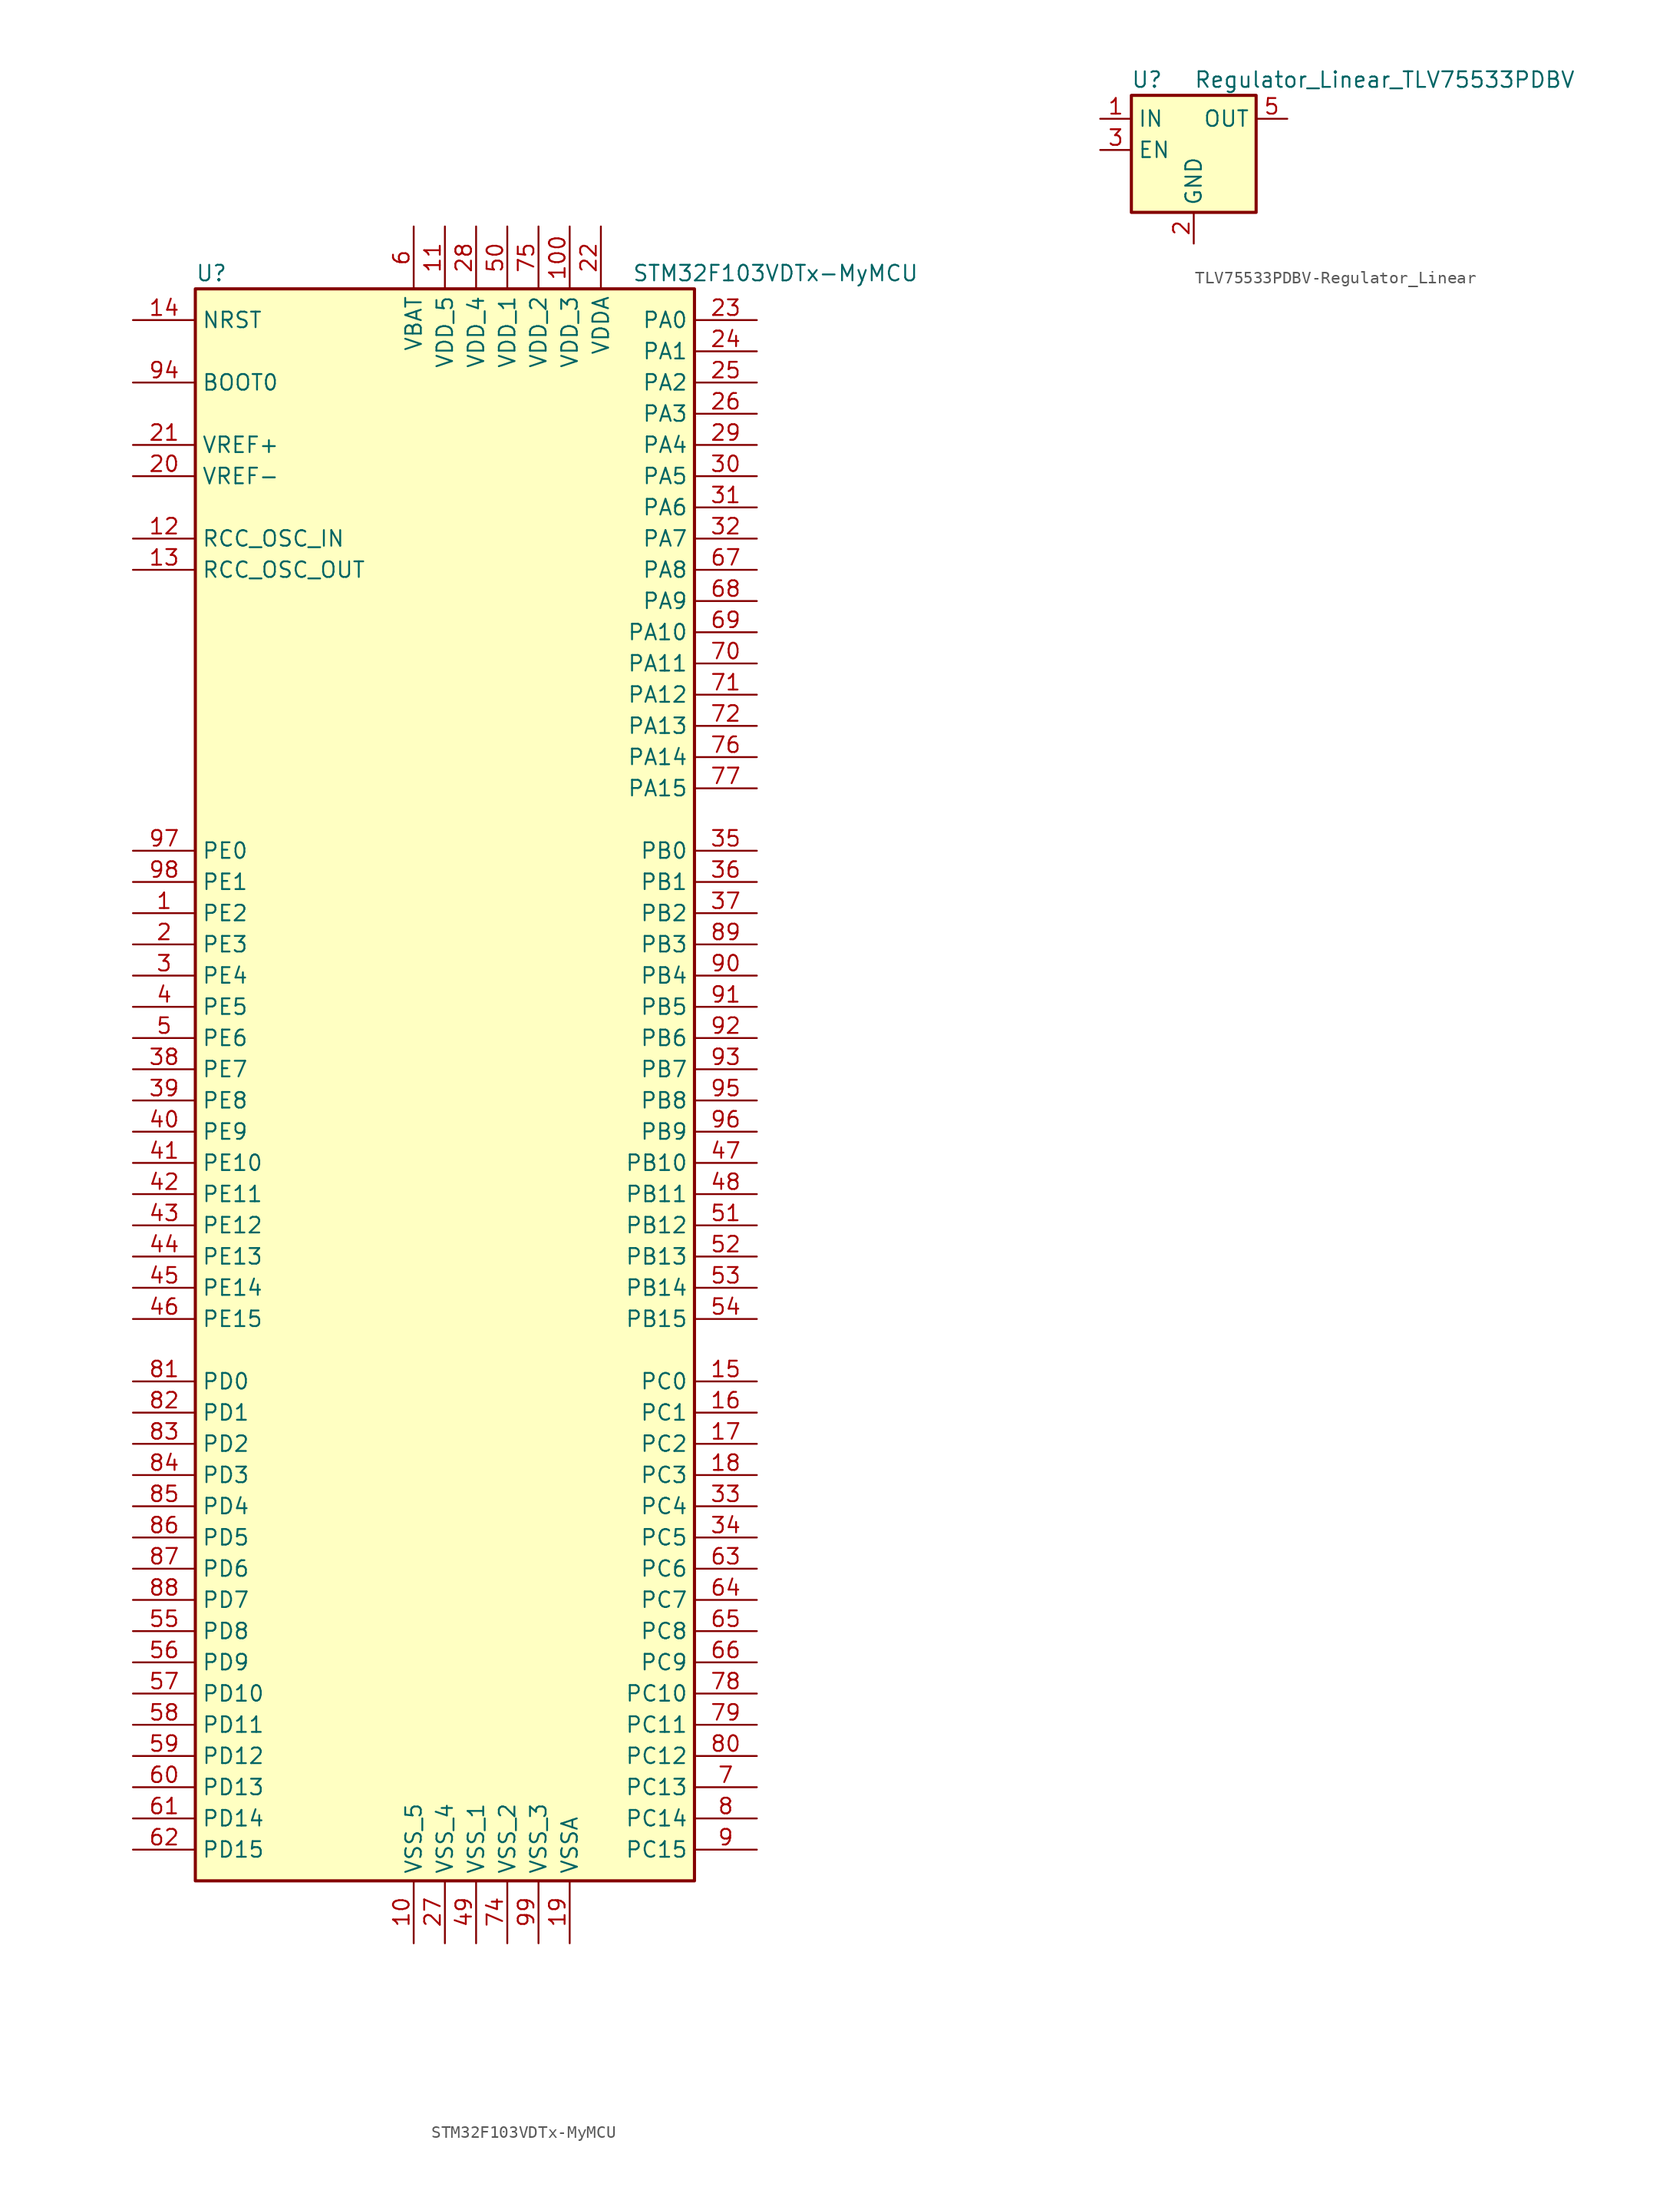
<source format=kicad_sym>
(kicad_symbol_lib
  (version 20220914)
  (generator kicad_symbol_editor)
  (symbol "STM32F103VDTx-MyMCU"
    (property "Reference" "U"
      (at -20.32 64.77 0)
      (effects (font (size 1.27 1.27)) (justify left)))
    (property "Value" "STM32F103VDTx-MyMCU"
      (at 15.24 64.77 0)
      (effects (font (size 1.27 1.27)) (justify left)))
    (symbol "STM32F103VDTx-MyMCU_0_1"
      (rectangle (start -20.32 -66.04) (end 20.32 63.5) (stroke (width 0.254) (type solid)) (fill (type background))))
    (symbol "STM32F103VDTx-MyMCU_1_1"
      (pin bidirectional line (at -25.4 12.7 0) (length 5.08) (name "PE2" (effects (font (size 1.27 1.27)))) (number "1" (effects (font (size 1.27 1.27)))))
      (pin power_in line (at -2.54 -71.12 90) (length 5.08) (name "VSS_5" (effects (font (size 1.27 1.27)))) (number "10" (effects (font (size 1.27 1.27)))))
      (pin power_in line (at 10.16 68.58 270) (length 5.08) (name "VDD_3" (effects (font (size 1.27 1.27)))) (number "100" (effects (font (size 1.27 1.27)))))
      (pin power_in line (at 0 68.58 270) (length 5.08) (name "VDD_5" (effects (font (size 1.27 1.27)))) (number "11" (effects (font (size 1.27 1.27)))))
      (pin input line (at -25.4 43.18 0) (length 5.08) (name "RCC_OSC_IN" (effects (font (size 1.27 1.27)))) (number "12" (effects (font (size 1.27 1.27)))))
      (pin input line (at -25.4 40.64 0) (length 5.08) (name "RCC_OSC_OUT" (effects (font (size 1.27 1.27)))) (number "13" (effects (font (size 1.27 1.27)))))
      (pin input line (at -25.4 60.96 0) (length 5.08) (name "NRST" (effects (font (size 1.27 1.27)))) (number "14" (effects (font (size 1.27 1.27)))))
      (pin bidirectional line (at 25.4 -25.4 180) (length 5.08) (name "PC0" (effects (font (size 1.27 1.27)))) (number "15" (effects (font (size 1.27 1.27)))))
      (pin bidirectional line (at 25.4 -27.94 180) (length 5.08) (name "PC1" (effects (font (size 1.27 1.27)))) (number "16" (effects (font (size 1.27 1.27)))))
      (pin bidirectional line (at 25.4 -30.48 180) (length 5.08) (name "PC2" (effects (font (size 1.27 1.27)))) (number "17" (effects (font (size 1.27 1.27)))))
      (pin bidirectional line (at 25.4 -33.02 180) (length 5.08) (name "PC3" (effects (font (size 1.27 1.27)))) (number "18" (effects (font (size 1.27 1.27)))))
      (pin power_in line (at 10.16 -71.12 90) (length 5.08) (name "VSSA" (effects (font (size 1.27 1.27)))) (number "19" (effects (font (size 1.27 1.27)))))
      (pin bidirectional line (at -25.4 10.16 0) (length 5.08) (name "PE3" (effects (font (size 1.27 1.27)))) (number "2" (effects (font (size 1.27 1.27)))))
      (pin power_in line (at -25.4 48.26 0) (length 5.08) (name "VREF-" (effects (font (size 1.27 1.27)))) (number "20" (effects (font (size 1.27 1.27)))))
      (pin power_in line (at -25.4 50.8 0) (length 5.08) (name "VREF+" (effects (font (size 1.27 1.27)))) (number "21" (effects (font (size 1.27 1.27)))))
      (pin power_in line (at 12.7 68.58 270) (length 5.08) (name "VDDA" (effects (font (size 1.27 1.27)))) (number "22" (effects (font (size 1.27 1.27)))))
      (pin bidirectional line (at 25.4 60.96 180) (length 5.08) (name "PA0" (effects (font (size 1.27 1.27)))) (number "23" (effects (font (size 1.27 1.27)))))
      (pin bidirectional line (at 25.4 58.42 180) (length 5.08) (name "PA1" (effects (font (size 1.27 1.27)))) (number "24" (effects (font (size 1.27 1.27)))))
      (pin bidirectional line (at 25.4 55.88 180) (length 5.08) (name "PA2" (effects (font (size 1.27 1.27)))) (number "25" (effects (font (size 1.27 1.27)))))
      (pin bidirectional line (at 25.4 53.34 180) (length 5.08) (name "PA3" (effects (font (size 1.27 1.27)))) (number "26" (effects (font (size 1.27 1.27)))))
      (pin power_in line (at 0 -71.12 90) (length 5.08) (name "VSS_4" (effects (font (size 1.27 1.27)))) (number "27" (effects (font (size 1.27 1.27)))))
      (pin power_in line (at 2.54 68.58 270) (length 5.08) (name "VDD_4" (effects (font (size 1.27 1.27)))) (number "28" (effects (font (size 1.27 1.27)))))
      (pin bidirectional line (at 25.4 50.8 180) (length 5.08) (name "PA4" (effects (font (size 1.27 1.27)))) (number "29" (effects (font (size 1.27 1.27)))))
      (pin bidirectional line (at -25.4 7.62 0) (length 5.08) (name "PE4" (effects (font (size 1.27 1.27)))) (number "3" (effects (font (size 1.27 1.27)))))
      (pin bidirectional line (at 25.4 48.26 180) (length 5.08) (name "PA5" (effects (font (size 1.27 1.27)))) (number "30" (effects (font (size 1.27 1.27)))))
      (pin bidirectional line (at 25.4 45.72 180) (length 5.08) (name "PA6" (effects (font (size 1.27 1.27)))) (number "31" (effects (font (size 1.27 1.27)))))
      (pin bidirectional line (at 25.4 43.18 180) (length 5.08) (name "PA7" (effects (font (size 1.27 1.27)))) (number "32" (effects (font (size 1.27 1.27)))))
      (pin bidirectional line (at 25.4 -35.56 180) (length 5.08) (name "PC4" (effects (font (size 1.27 1.27)))) (number "33" (effects (font (size 1.27 1.27)))))
      (pin bidirectional line (at 25.4 -38.1 180) (length 5.08) (name "PC5" (effects (font (size 1.27 1.27)))) (number "34" (effects (font (size 1.27 1.27)))))
      (pin bidirectional line (at 25.4 17.78 180) (length 5.08) (name "PB0" (effects (font (size 1.27 1.27)))) (number "35" (effects (font (size 1.27 1.27)))))
      (pin bidirectional line (at 25.4 15.24 180) (length 5.08) (name "PB1" (effects (font (size 1.27 1.27)))) (number "36" (effects (font (size 1.27 1.27)))))
      (pin bidirectional line (at 25.4 12.7 180) (length 5.08) (name "PB2" (effects (font (size 1.27 1.27)))) (number "37" (effects (font (size 1.27 1.27)))))
      (pin bidirectional line (at -25.4 0 0) (length 5.08) (name "PE7" (effects (font (size 1.27 1.27)))) (number "38" (effects (font (size 1.27 1.27)))))
      (pin bidirectional line (at -25.4 -2.54 0) (length 5.08) (name "PE8" (effects (font (size 1.27 1.27)))) (number "39" (effects (font (size 1.27 1.27)))))
      (pin bidirectional line (at -25.4 5.08 0) (length 5.08) (name "PE5" (effects (font (size 1.27 1.27)))) (number "4" (effects (font (size 1.27 1.27)))))
      (pin bidirectional line (at -25.4 -5.08 0) (length 5.08) (name "PE9" (effects (font (size 1.27 1.27)))) (number "40" (effects (font (size 1.27 1.27)))))
      (pin bidirectional line (at -25.4 -7.62 0) (length 5.08) (name "PE10" (effects (font (size 1.27 1.27)))) (number "41" (effects (font (size 1.27 1.27)))))
      (pin bidirectional line (at -25.4 -10.16 0) (length 5.08) (name "PE11" (effects (font (size 1.27 1.27)))) (number "42" (effects (font (size 1.27 1.27)))))
      (pin bidirectional line (at -25.4 -12.7 0) (length 5.08) (name "PE12" (effects (font (size 1.27 1.27)))) (number "43" (effects (font (size 1.27 1.27)))))
      (pin bidirectional line (at -25.4 -15.24 0) (length 5.08) (name "PE13" (effects (font (size 1.27 1.27)))) (number "44" (effects (font (size 1.27 1.27)))))
      (pin bidirectional line (at -25.4 -17.78 0) (length 5.08) (name "PE14" (effects (font (size 1.27 1.27)))) (number "45" (effects (font (size 1.27 1.27)))))
      (pin bidirectional line (at -25.4 -20.32 0) (length 5.08) (name "PE15" (effects (font (size 1.27 1.27)))) (number "46" (effects (font (size 1.27 1.27)))))
      (pin bidirectional line (at 25.4 -7.62 180) (length 5.08) (name "PB10" (effects (font (size 1.27 1.27)))) (number "47" (effects (font (size 1.27 1.27)))))
      (pin bidirectional line (at 25.4 -10.16 180) (length 5.08) (name "PB11" (effects (font (size 1.27 1.27)))) (number "48" (effects (font (size 1.27 1.27)))))
      (pin power_in line (at 2.54 -71.12 90) (length 5.08) (name "VSS_1" (effects (font (size 1.27 1.27)))) (number "49" (effects (font (size 1.27 1.27)))))
      (pin bidirectional line (at -25.4 2.54 0) (length 5.08) (name "PE6" (effects (font (size 1.27 1.27)))) (number "5" (effects (font (size 1.27 1.27)))))
      (pin power_in line (at 5.08 68.58 270) (length 5.08) (name "VDD_1" (effects (font (size 1.27 1.27)))) (number "50" (effects (font (size 1.27 1.27)))))
      (pin bidirectional line (at 25.4 -12.7 180) (length 5.08) (name "PB12" (effects (font (size 1.27 1.27)))) (number "51" (effects (font (size 1.27 1.27)))))
      (pin bidirectional line (at 25.4 -15.24 180) (length 5.08) (name "PB13" (effects (font (size 1.27 1.27)))) (number "52" (effects (font (size 1.27 1.27)))))
      (pin bidirectional line (at 25.4 -17.78 180) (length 5.08) (name "PB14" (effects (font (size 1.27 1.27)))) (number "53" (effects (font (size 1.27 1.27)))))
      (pin bidirectional line (at 25.4 -20.32 180) (length 5.08) (name "PB15" (effects (font (size 1.27 1.27)))) (number "54" (effects (font (size 1.27 1.27)))))
      (pin bidirectional line (at -25.4 -45.72 0) (length 5.08) (name "PD8" (effects (font (size 1.27 1.27)))) (number "55" (effects (font (size 1.27 1.27)))))
      (pin bidirectional line (at -25.4 -48.26 0) (length 5.08) (name "PD9" (effects (font (size 1.27 1.27)))) (number "56" (effects (font (size 1.27 1.27)))))
      (pin bidirectional line (at -25.4 -50.8 0) (length 5.08) (name "PD10" (effects (font (size 1.27 1.27)))) (number "57" (effects (font (size 1.27 1.27)))))
      (pin bidirectional line (at -25.4 -53.34 0) (length 5.08) (name "PD11" (effects (font (size 1.27 1.27)))) (number "58" (effects (font (size 1.27 1.27)))))
      (pin bidirectional line (at -25.4 -55.88 0) (length 5.08) (name "PD12" (effects (font (size 1.27 1.27)))) (number "59" (effects (font (size 1.27 1.27)))))
      (pin power_in line (at -2.54 68.58 270) (length 5.08) (name "VBAT" (effects (font (size 1.27 1.27)))) (number "6" (effects (font (size 1.27 1.27)))))
      (pin bidirectional line (at -25.4 -58.42 0) (length 5.08) (name "PD13" (effects (font (size 1.27 1.27)))) (number "60" (effects (font (size 1.27 1.27)))))
      (pin bidirectional line (at -25.4 -60.96 0) (length 5.08) (name "PD14" (effects (font (size 1.27 1.27)))) (number "61" (effects (font (size 1.27 1.27)))))
      (pin bidirectional line (at -25.4 -63.5 0) (length 5.08) (name "PD15" (effects (font (size 1.27 1.27)))) (number "62" (effects (font (size 1.27 1.27)))))
      (pin bidirectional line (at 25.4 -40.64 180) (length 5.08) (name "PC6" (effects (font (size 1.27 1.27)))) (number "63" (effects (font (size 1.27 1.27)))))
      (pin bidirectional line (at 25.4 -43.18 180) (length 5.08) (name "PC7" (effects (font (size 1.27 1.27)))) (number "64" (effects (font (size 1.27 1.27)))))
      (pin bidirectional line (at 25.4 -45.72 180) (length 5.08) (name "PC8" (effects (font (size 1.27 1.27)))) (number "65" (effects (font (size 1.27 1.27)))))
      (pin bidirectional line (at 25.4 -48.26 180) (length 5.08) (name "PC9" (effects (font (size 1.27 1.27)))) (number "66" (effects (font (size 1.27 1.27)))))
      (pin bidirectional line (at 25.4 40.64 180) (length 5.08) (name "PA8" (effects (font (size 1.27 1.27)))) (number "67" (effects (font (size 1.27 1.27)))))
      (pin bidirectional line (at 25.4 38.1 180) (length 5.08) (name "PA9" (effects (font (size 1.27 1.27)))) (number "68" (effects (font (size 1.27 1.27)))))
      (pin bidirectional line (at 25.4 35.56 180) (length 5.08) (name "PA10" (effects (font (size 1.27 1.27)))) (number "69" (effects (font (size 1.27 1.27)))))
      (pin bidirectional line (at 25.4 -58.42 180) (length 5.08) (name "PC13" (effects (font (size 1.27 1.27)))) (number "7" (effects (font (size 1.27 1.27)))))
      (pin bidirectional line (at 25.4 33.02 180) (length 5.08) (name "PA11" (effects (font (size 1.27 1.27)))) (number "70" (effects (font (size 1.27 1.27)))))
      (pin bidirectional line (at 25.4 30.48 180) (length 5.08) (name "PA12" (effects (font (size 1.27 1.27)))) (number "71" (effects (font (size 1.27 1.27)))))
      (pin bidirectional line (at 25.4 27.94 180) (length 5.08) (name "PA13" (effects (font (size 1.27 1.27)))) (number "72" (effects (font (size 1.27 1.27)))))
      (pin no_connect line (at -20.32 -63.5 0) (length 5.08) hide (name "NC" (effects (font (size 1.27 1.27)))) (number "73" (effects (font (size 1.27 1.27)))))
      (pin power_in line (at 5.08 -71.12 90) (length 5.08) (name "VSS_2" (effects (font (size 1.27 1.27)))) (number "74" (effects (font (size 1.27 1.27)))))
      (pin power_in line (at 7.62 68.58 270) (length 5.08) (name "VDD_2" (effects (font (size 1.27 1.27)))) (number "75" (effects (font (size 1.27 1.27)))))
      (pin bidirectional line (at 25.4 25.4 180) (length 5.08) (name "PA14" (effects (font (size 1.27 1.27)))) (number "76" (effects (font (size 1.27 1.27)))))
      (pin bidirectional line (at 25.4 22.86 180) (length 5.08) (name "PA15" (effects (font (size 1.27 1.27)))) (number "77" (effects (font (size 1.27 1.27)))))
      (pin bidirectional line (at 25.4 -50.8 180) (length 5.08) (name "PC10" (effects (font (size 1.27 1.27)))) (number "78" (effects (font (size 1.27 1.27)))))
      (pin bidirectional line (at 25.4 -53.34 180) (length 5.08) (name "PC11" (effects (font (size 1.27 1.27)))) (number "79" (effects (font (size 1.27 1.27)))))
      (pin bidirectional line (at 25.4 -60.96 180) (length 5.08) (name "PC14" (effects (font (size 1.27 1.27)))) (number "8" (effects (font (size 1.27 1.27)))))
      (pin bidirectional line (at 25.4 -55.88 180) (length 5.08) (name "PC12" (effects (font (size 1.27 1.27)))) (number "80" (effects (font (size 1.27 1.27)))))
      (pin bidirectional line (at -25.4 -25.4 0) (length 5.08) (name "PD0" (effects (font (size 1.27 1.27)))) (number "81" (effects (font (size 1.27 1.27)))))
      (pin bidirectional line (at -25.4 -27.94 0) (length 5.08) (name "PD1" (effects (font (size 1.27 1.27)))) (number "82" (effects (font (size 1.27 1.27)))))
      (pin bidirectional line (at -25.4 -30.48 0) (length 5.08) (name "PD2" (effects (font (size 1.27 1.27)))) (number "83" (effects (font (size 1.27 1.27)))))
      (pin bidirectional line (at -25.4 -33.02 0) (length 5.08) (name "PD3" (effects (font (size 1.27 1.27)))) (number "84" (effects (font (size 1.27 1.27)))))
      (pin bidirectional line (at -25.4 -35.56 0) (length 5.08) (name "PD4" (effects (font (size 1.27 1.27)))) (number "85" (effects (font (size 1.27 1.27)))))
      (pin bidirectional line (at -25.4 -38.1 0) (length 5.08) (name "PD5" (effects (font (size 1.27 1.27)))) (number "86" (effects (font (size 1.27 1.27)))))
      (pin bidirectional line (at -25.4 -40.64 0) (length 5.08) (name "PD6" (effects (font (size 1.27 1.27)))) (number "87" (effects (font (size 1.27 1.27)))))
      (pin bidirectional line (at -25.4 -43.18 0) (length 5.08) (name "PD7" (effects (font (size 1.27 1.27)))) (number "88" (effects (font (size 1.27 1.27)))))
      (pin bidirectional line (at 25.4 10.16 180) (length 5.08) (name "PB3" (effects (font (size 1.27 1.27)))) (number "89" (effects (font (size 1.27 1.27)))))
      (pin bidirectional line (at 25.4 -63.5 180) (length 5.08) (name "PC15" (effects (font (size 1.27 1.27)))) (number "9" (effects (font (size 1.27 1.27)))))
      (pin bidirectional line (at 25.4 7.62 180) (length 5.08) (name "PB4" (effects (font (size 1.27 1.27)))) (number "90" (effects (font (size 1.27 1.27)))))
      (pin bidirectional line (at 25.4 5.08 180) (length 5.08) (name "PB5" (effects (font (size 1.27 1.27)))) (number "91" (effects (font (size 1.27 1.27)))))
      (pin bidirectional line (at 25.4 2.54 180) (length 5.08) (name "PB6" (effects (font (size 1.27 1.27)))) (number "92" (effects (font (size 1.27 1.27)))))
      (pin bidirectional line (at 25.4 0 180) (length 5.08) (name "PB7" (effects (font (size 1.27 1.27)))) (number "93" (effects (font (size 1.27 1.27)))))
      (pin input line (at -25.4 55.88 0) (length 5.08) (name "BOOT0" (effects (font (size 1.27 1.27)))) (number "94" (effects (font (size 1.27 1.27)))))
      (pin bidirectional line (at 25.4 -2.54 180) (length 5.08) (name "PB8" (effects (font (size 1.27 1.27)))) (number "95" (effects (font (size 1.27 1.27)))))
      (pin bidirectional line (at 25.4 -5.08 180) (length 5.08) (name "PB9" (effects (font (size 1.27 1.27)))) (number "96" (effects (font (size 1.27 1.27)))))
      (pin bidirectional line (at -25.4 17.78 0) (length 5.08) (name "PE0" (effects (font (size 1.27 1.27)))) (number "97" (effects (font (size 1.27 1.27)))))
      (pin bidirectional line (at -25.4 15.24 0) (length 5.08) (name "PE1" (effects (font (size 1.27 1.27)))) (number "98" (effects (font (size 1.27 1.27)))))
      (pin power_in line (at 7.62 -71.12 90) (length 5.08) (name "VSS_3" (effects (font (size 1.27 1.27)))) (number "99" (effects (font (size 1.27 1.27)))))))
  (symbol "TLV75533PDBV-Regulator_Linear"
    (property "Reference" "U"
      (at -3.81 5.715 0)
      (effects (font (size 1.27 1.27))))
    (property "Value" "Regulator_Linear_TLV75533PDBV"
      (at 0 5.715 0)
      (effects (font (size 1.27 1.27)) (justify left)))
    (symbol "TLV75533PDBV-Regulator_Linear_0_1"
      (rectangle (start -5.08 4.445) (end 5.08 -5.08) (stroke (width 0.254) (type solid)) (fill (type background))))
    (symbol "TLV75533PDBV-Regulator_Linear_1_1"
      (pin power_in line (at -7.62 2.54 0) (length 2.54) (name "IN" (effects (font (size 1.27 1.27)))) (number "1" (effects (font (size 1.27 1.27)))))
      (pin power_in line (at 0 -7.62 90) (length 2.54) (name "GND" (effects (font (size 1.27 1.27)))) (number "2" (effects (font (size 1.27 1.27)))))
      (pin input line (at -7.62 0 0) (length 2.54) (name "EN" (effects (font (size 1.27 1.27)))) (number "3" (effects (font (size 1.27 1.27)))))
      (pin no_connect line (at 7.62 0 180) (length 2.54) hide (name "NC" (effects (font (size 1.27 1.27)))) (number "4" (effects (font (size 1.27 1.27)))))
      (pin power_out line (at 7.62 2.54 180) (length 2.54) (name "OUT" (effects (font (size 1.27 1.27)))) (number "5" (effects (font (size 1.27 1.27))))))))
</source>
